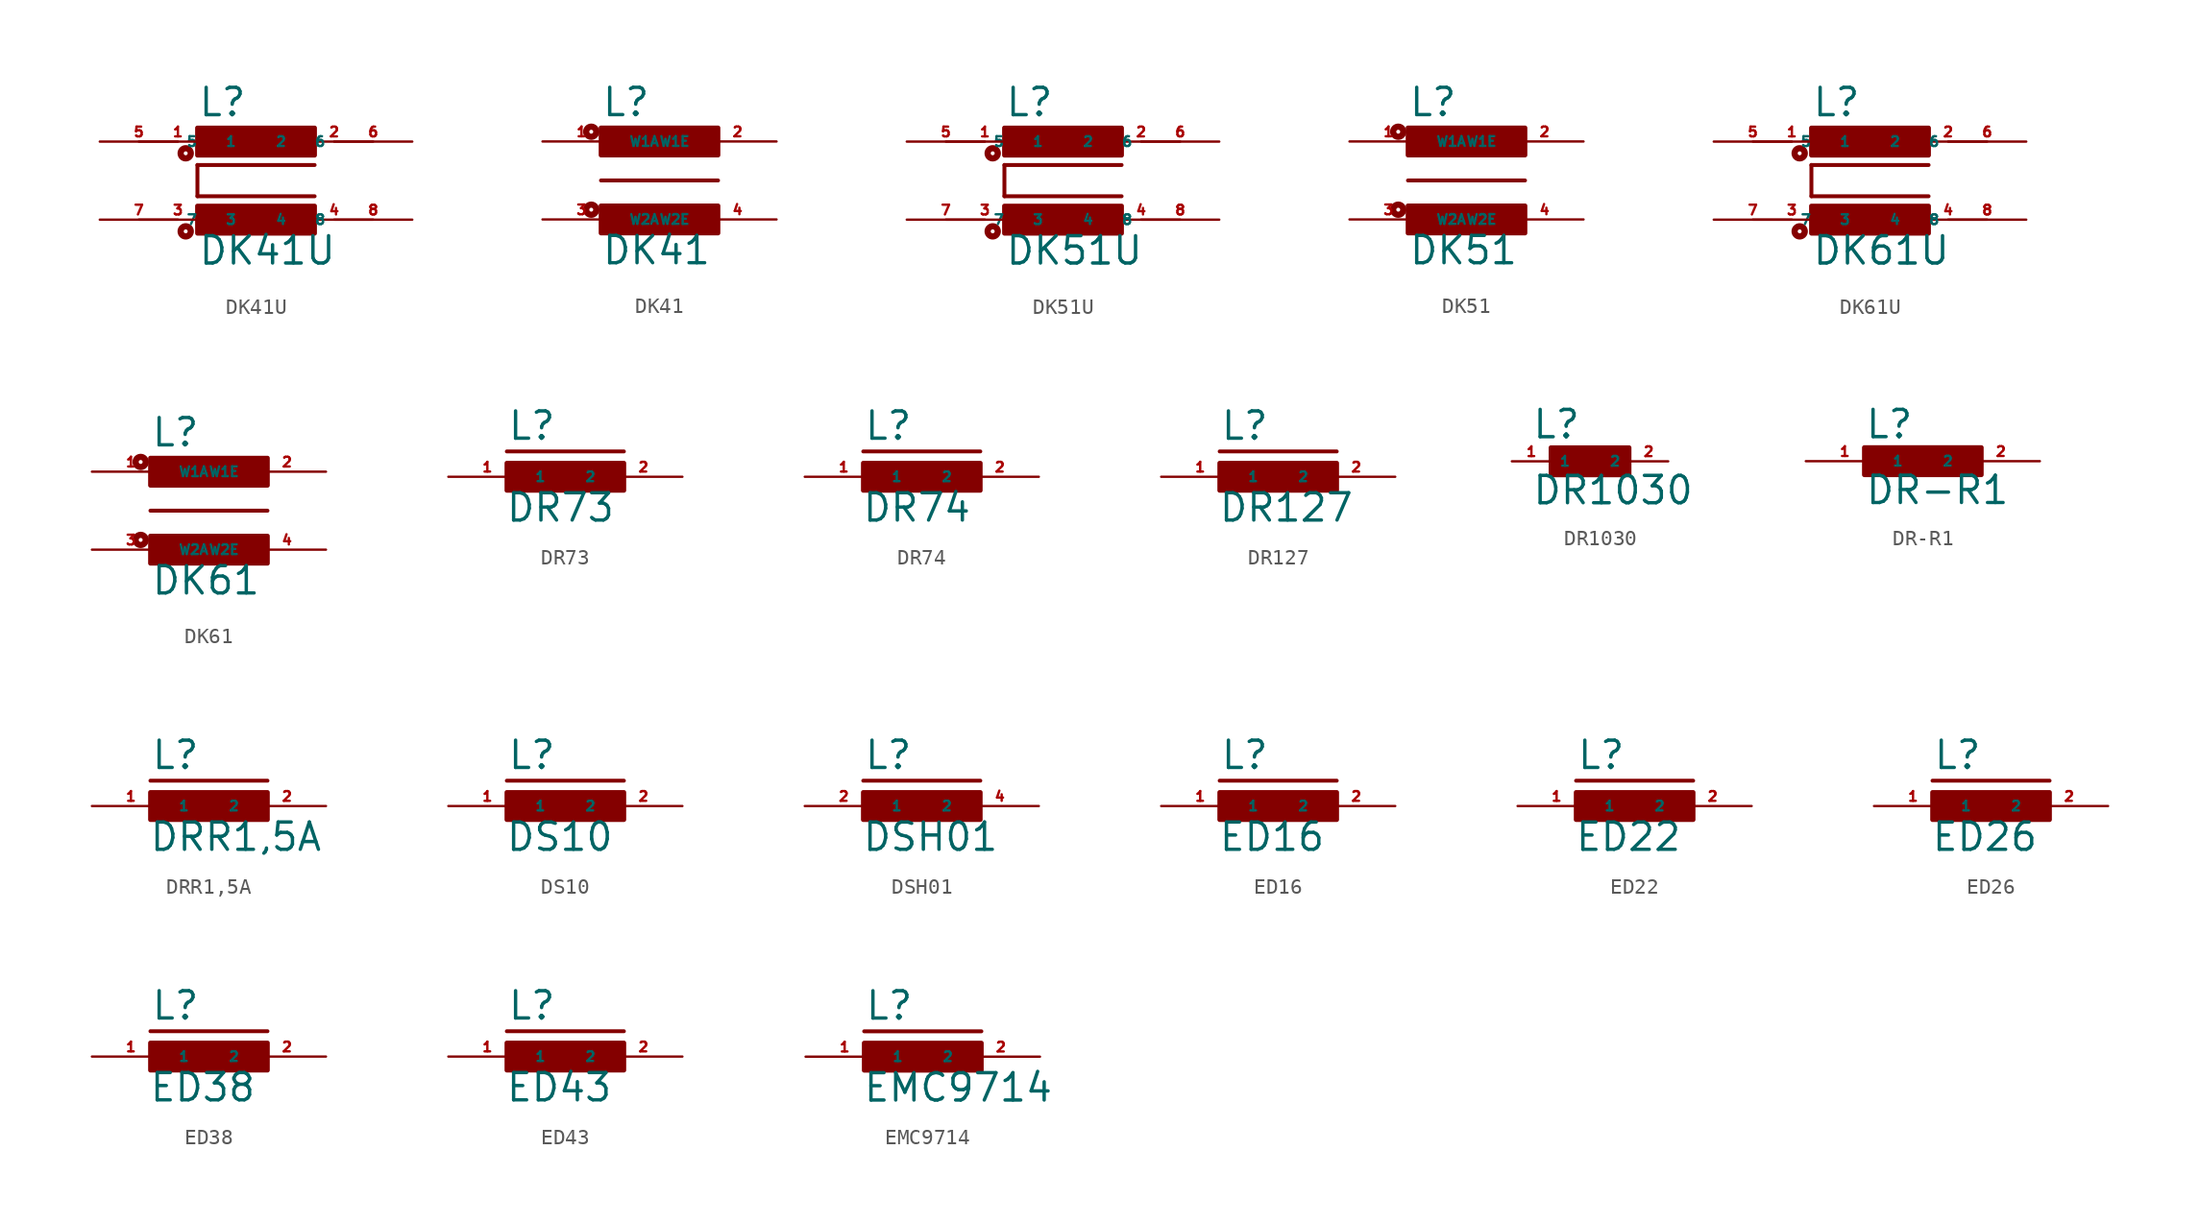
<source format=kicad_sym>
(kicad_symbol_lib
  (version 20220914)
  (generator kicad_symbol_editor)
  (symbol "DK41U"
    (property "Reference" "L"
      (at -3.81 4.064 0)
      (effects (font (size 1.778 1.778) (thickness 0.22)) (justify left bottom)))
    (property "Value" "DK41U"
      (at -3.81 -5.588 0)
      (effects (font (size 1.778 1.778) (thickness 0.22)) (justify left bottom)))
    (symbol "DK41U_1_1"
      (circle (center -4.572 -3.302) (radius 0.127) (stroke (width 0.406) (type default)) (fill (type none)))
      (circle (center -4.572 1.778) (radius 0.127) (stroke (width 0.406) (type default)) (fill (type none)))
      (rectangle (start -3.81 -3.429) (end 3.81 -1.651) (stroke (width 0.3) (type default)) (fill (type outline)))
      (rectangle (start -3.81 1.651) (end 3.81 3.429) (stroke (width 0.3) (type default)) (fill (type outline)))
      (polyline (pts (xy -3.81 -1.016) (xy -3.81 1.016)) (stroke (width 0.254) (type default)) (fill (type none)))
      (polyline (pts (xy -3.81 -1.016) (xy 3.81 -1.016)) (stroke (width 0.254) (type default)) (fill (type none)))
      (polyline (pts (xy 3.81 1.016) (xy -3.81 1.016)) (stroke (width 0.254) (type default)) (fill (type none)))
      (pin passive line (at -7.62 2.54 0) (length 5.08) (name "1" (effects (font (size 0.635 0.635)))) (number "1" (effects (font (size 0.635 0.635)))))
      (pin passive line (at 7.62 2.54 180) (length 5.08) (name "2" (effects (font (size 0.635 0.635)))) (number "2" (effects (font (size 0.635 0.635)))))
      (pin passive line (at -7.62 -2.54 0) (length 5.08) (name "3" (effects (font (size 0.635 0.635)))) (number "3" (effects (font (size 0.635 0.635)))))
      (pin passive line (at 7.62 -2.54 180) (length 5.08) (name "4" (effects (font (size 0.635 0.635)))) (number "4" (effects (font (size 0.635 0.635)))))
      (pin passive line (at -10.16 2.54 0) (length 5.08) (name "5" (effects (font (size 0.635 0.635)))) (number "5" (effects (font (size 0.635 0.635)))))
      (pin passive line (at 10.16 2.54 180) (length 5.08) (name "6" (effects (font (size 0.635 0.635)))) (number "6" (effects (font (size 0.635 0.635)))))
      (pin passive line (at -10.16 -2.54 0) (length 5.08) (name "7" (effects (font (size 0.635 0.635)))) (number "7" (effects (font (size 0.635 0.635)))))
      (pin passive line (at 10.16 -2.54 180) (length 5.08) (name "8" (effects (font (size 0.635 0.635)))) (number "8" (effects (font (size 0.635 0.635)))))))
  (symbol "DK41"
    (property "Reference" "L"
      (at -3.81 4.064 0)
      (effects (font (size 1.778 1.778) (thickness 0.22)) (justify left bottom)))
    (property "Value" "DK41"
      (at -3.81 -5.588 0)
      (effects (font (size 1.778 1.778) (thickness 0.22)) (justify left bottom)))
    (symbol "DK41_1_1"
      (circle (center -4.445 -1.905) (radius 0.127) (stroke (width 0.406) (type default)) (fill (type none)))
      (circle (center -4.445 3.175) (radius 0.127) (stroke (width 0.406) (type default)) (fill (type none)))
      (rectangle (start -3.81 -3.429) (end 3.81 -1.651) (stroke (width 0.3) (type default)) (fill (type outline)))
      (rectangle (start -3.81 1.651) (end 3.81 3.429) (stroke (width 0.3) (type default)) (fill (type outline)))
      (polyline (pts (xy -3.81 0) (xy 3.81 0)) (stroke (width 0.254) (type default)) (fill (type none)))
      (pin passive line (at -7.62 2.54 0) (length 5.08) (name "W1A" (effects (font (size 0.635 0.635)))) (number "1" (effects (font (size 0.635 0.635)))))
      (pin passive line (at 7.62 2.54 180) (length 5.08) (name "W1E" (effects (font (size 0.635 0.635)))) (number "2" (effects (font (size 0.635 0.635)))))
      (pin passive line (at -7.62 -2.54 0) (length 5.08) (name "W2A" (effects (font (size 0.635 0.635)))) (number "3" (effects (font (size 0.635 0.635)))))
      (pin passive line (at 7.62 -2.54 180) (length 5.08) (name "W2E" (effects (font (size 0.635 0.635)))) (number "4" (effects (font (size 0.635 0.635)))))))
  (symbol "DK51U"
    (property "Reference" "L"
      (at -3.81 4.064 0)
      (effects (font (size 1.778 1.778) (thickness 0.22)) (justify left bottom)))
    (property "Value" "DK51U"
      (at -3.81 -5.588 0)
      (effects (font (size 1.778 1.778) (thickness 0.22)) (justify left bottom)))
    (symbol "DK51U_1_1"
      (circle (center -4.572 -3.302) (radius 0.127) (stroke (width 0.406) (type default)) (fill (type none)))
      (circle (center -4.572 1.778) (radius 0.127) (stroke (width 0.406) (type default)) (fill (type none)))
      (rectangle (start -3.81 -3.429) (end 3.81 -1.651) (stroke (width 0.3) (type default)) (fill (type outline)))
      (rectangle (start -3.81 1.651) (end 3.81 3.429) (stroke (width 0.3) (type default)) (fill (type outline)))
      (polyline (pts (xy -3.81 -1.016) (xy -3.81 1.016)) (stroke (width 0.254) (type default)) (fill (type none)))
      (polyline (pts (xy -3.81 -1.016) (xy 3.81 -1.016)) (stroke (width 0.254) (type default)) (fill (type none)))
      (polyline (pts (xy 3.81 1.016) (xy -3.81 1.016)) (stroke (width 0.254) (type default)) (fill (type none)))
      (pin passive line (at -7.62 2.54 0) (length 5.08) (name "1" (effects (font (size 0.635 0.635)))) (number "1" (effects (font (size 0.635 0.635)))))
      (pin passive line (at 7.62 2.54 180) (length 5.08) (name "2" (effects (font (size 0.635 0.635)))) (number "2" (effects (font (size 0.635 0.635)))))
      (pin passive line (at -7.62 -2.54 0) (length 5.08) (name "3" (effects (font (size 0.635 0.635)))) (number "3" (effects (font (size 0.635 0.635)))))
      (pin passive line (at 7.62 -2.54 180) (length 5.08) (name "4" (effects (font (size 0.635 0.635)))) (number "4" (effects (font (size 0.635 0.635)))))
      (pin passive line (at -10.16 2.54 0) (length 5.08) (name "5" (effects (font (size 0.635 0.635)))) (number "5" (effects (font (size 0.635 0.635)))))
      (pin passive line (at 10.16 2.54 180) (length 5.08) (name "6" (effects (font (size 0.635 0.635)))) (number "6" (effects (font (size 0.635 0.635)))))
      (pin passive line (at -10.16 -2.54 0) (length 5.08) (name "7" (effects (font (size 0.635 0.635)))) (number "7" (effects (font (size 0.635 0.635)))))
      (pin passive line (at 10.16 -2.54 180) (length 5.08) (name "8" (effects (font (size 0.635 0.635)))) (number "8" (effects (font (size 0.635 0.635)))))))
  (symbol "DK51"
    (property "Reference" "L"
      (at -3.81 4.064 0)
      (effects (font (size 1.778 1.778) (thickness 0.22)) (justify left bottom)))
    (property "Value" "DK51"
      (at -3.81 -5.588 0)
      (effects (font (size 1.778 1.778) (thickness 0.22)) (justify left bottom)))
    (symbol "DK51_1_1"
      (circle (center -4.445 -1.905) (radius 0.127) (stroke (width 0.406) (type default)) (fill (type none)))
      (circle (center -4.445 3.175) (radius 0.127) (stroke (width 0.406) (type default)) (fill (type none)))
      (rectangle (start -3.81 -3.429) (end 3.81 -1.651) (stroke (width 0.3) (type default)) (fill (type outline)))
      (rectangle (start -3.81 1.651) (end 3.81 3.429) (stroke (width 0.3) (type default)) (fill (type outline)))
      (polyline (pts (xy -3.81 0) (xy 3.81 0)) (stroke (width 0.254) (type default)) (fill (type none)))
      (pin passive line (at -7.62 2.54 0) (length 5.08) (name "W1A" (effects (font (size 0.635 0.635)))) (number "1" (effects (font (size 0.635 0.635)))))
      (pin passive line (at 7.62 2.54 180) (length 5.08) (name "W1E" (effects (font (size 0.635 0.635)))) (number "2" (effects (font (size 0.635 0.635)))))
      (pin passive line (at -7.62 -2.54 0) (length 5.08) (name "W2A" (effects (font (size 0.635 0.635)))) (number "3" (effects (font (size 0.635 0.635)))))
      (pin passive line (at 7.62 -2.54 180) (length 5.08) (name "W2E" (effects (font (size 0.635 0.635)))) (number "4" (effects (font (size 0.635 0.635)))))))
  (symbol "DK61U"
    (property "Reference" "L"
      (at -3.81 4.064 0)
      (effects (font (size 1.778 1.778) (thickness 0.22)) (justify left bottom)))
    (property "Value" "DK61U"
      (at -3.81 -5.588 0)
      (effects (font (size 1.778 1.778) (thickness 0.22)) (justify left bottom)))
    (symbol "DK61U_1_1"
      (circle (center -4.572 -3.302) (radius 0.127) (stroke (width 0.406) (type default)) (fill (type none)))
      (circle (center -4.572 1.778) (radius 0.127) (stroke (width 0.406) (type default)) (fill (type none)))
      (rectangle (start -3.81 -3.429) (end 3.81 -1.651) (stroke (width 0.3) (type default)) (fill (type outline)))
      (rectangle (start -3.81 1.651) (end 3.81 3.429) (stroke (width 0.3) (type default)) (fill (type outline)))
      (polyline (pts (xy -3.81 -1.016) (xy -3.81 1.016)) (stroke (width 0.254) (type default)) (fill (type none)))
      (polyline (pts (xy -3.81 -1.016) (xy 3.81 -1.016)) (stroke (width 0.254) (type default)) (fill (type none)))
      (polyline (pts (xy 3.81 1.016) (xy -3.81 1.016)) (stroke (width 0.254) (type default)) (fill (type none)))
      (pin passive line (at -7.62 2.54 0) (length 5.08) (name "1" (effects (font (size 0.635 0.635)))) (number "1" (effects (font (size 0.635 0.635)))))
      (pin passive line (at 7.62 2.54 180) (length 5.08) (name "2" (effects (font (size 0.635 0.635)))) (number "2" (effects (font (size 0.635 0.635)))))
      (pin passive line (at -7.62 -2.54 0) (length 5.08) (name "3" (effects (font (size 0.635 0.635)))) (number "3" (effects (font (size 0.635 0.635)))))
      (pin passive line (at 7.62 -2.54 180) (length 5.08) (name "4" (effects (font (size 0.635 0.635)))) (number "4" (effects (font (size 0.635 0.635)))))
      (pin passive line (at -10.16 2.54 0) (length 5.08) (name "5" (effects (font (size 0.635 0.635)))) (number "5" (effects (font (size 0.635 0.635)))))
      (pin passive line (at 10.16 2.54 180) (length 5.08) (name "6" (effects (font (size 0.635 0.635)))) (number "6" (effects (font (size 0.635 0.635)))))
      (pin passive line (at -10.16 -2.54 0) (length 5.08) (name "7" (effects (font (size 0.635 0.635)))) (number "7" (effects (font (size 0.635 0.635)))))
      (pin passive line (at 10.16 -2.54 180) (length 5.08) (name "8" (effects (font (size 0.635 0.635)))) (number "8" (effects (font (size 0.635 0.635)))))))
  (symbol "DK61"
    (property "Reference" "L"
      (at -3.81 4.064 0)
      (effects (font (size 1.778 1.778) (thickness 0.22)) (justify left bottom)))
    (property "Value" "DK61"
      (at -3.81 -5.588 0)
      (effects (font (size 1.778 1.778) (thickness 0.22)) (justify left bottom)))
    (symbol "DK61_1_1"
      (circle (center -4.445 -1.905) (radius 0.127) (stroke (width 0.406) (type default)) (fill (type none)))
      (circle (center -4.445 3.175) (radius 0.127) (stroke (width 0.406) (type default)) (fill (type none)))
      (rectangle (start -3.81 -3.429) (end 3.81 -1.651) (stroke (width 0.3) (type default)) (fill (type outline)))
      (rectangle (start -3.81 1.651) (end 3.81 3.429) (stroke (width 0.3) (type default)) (fill (type outline)))
      (polyline (pts (xy -3.81 0) (xy 3.81 0)) (stroke (width 0.254) (type default)) (fill (type none)))
      (pin passive line (at -7.62 2.54 0) (length 5.08) (name "W1A" (effects (font (size 0.635 0.635)))) (number "1" (effects (font (size 0.635 0.635)))))
      (pin passive line (at 7.62 2.54 180) (length 5.08) (name "W1E" (effects (font (size 0.635 0.635)))) (number "2" (effects (font (size 0.635 0.635)))))
      (pin passive line (at -7.62 -2.54 0) (length 5.08) (name "W2A" (effects (font (size 0.635 0.635)))) (number "3" (effects (font (size 0.635 0.635)))))
      (pin passive line (at 7.62 -2.54 180) (length 5.08) (name "W2E" (effects (font (size 0.635 0.635)))) (number "4" (effects (font (size 0.635 0.635)))))))
  (symbol "DR73"
    (property "Reference" "L"
      (at -3.81 2.286 0)
      (effects (font (size 1.778 1.778) (thickness 0.22)) (justify left bottom)))
    (property "Value" "DR73"
      (at -3.937 -3.048 0)
      (effects (font (size 1.778 1.778) (thickness 0.22)) (justify left bottom)))
    (symbol "DR73_1_1"
      (rectangle (start -3.81 -0.889) (end 3.81 0.889) (stroke (width 0.3) (type default)) (fill (type outline)))
      (polyline (pts (xy -3.81 1.651) (xy 3.81 1.651)) (stroke (width 0.254) (type default)) (fill (type none)))
      (pin passive line (at -7.62 0 0) (length 5.08) (name "1" (effects (font (size 0.635 0.635)))) (number "1" (effects (font (size 0.635 0.635)))))
      (pin passive line (at 7.62 0 180) (length 5.08) (name "2" (effects (font (size 0.635 0.635)))) (number "2" (effects (font (size 0.635 0.635)))))))
  (symbol "DR74"
    (property "Reference" "L"
      (at -3.81 2.286 0)
      (effects (font (size 1.778 1.778) (thickness 0.22)) (justify left bottom)))
    (property "Value" "DR74"
      (at -3.937 -3.048 0)
      (effects (font (size 1.778 1.778) (thickness 0.22)) (justify left bottom)))
    (symbol "DR74_1_1"
      (rectangle (start -3.81 -0.889) (end 3.81 0.889) (stroke (width 0.3) (type default)) (fill (type outline)))
      (polyline (pts (xy -3.81 1.651) (xy 3.81 1.651)) (stroke (width 0.254) (type default)) (fill (type none)))
      (pin passive line (at -7.62 0 0) (length 5.08) (name "1" (effects (font (size 0.635 0.635)))) (number "1" (effects (font (size 0.635 0.635)))))
      (pin passive line (at 7.62 0 180) (length 5.08) (name "2" (effects (font (size 0.635 0.635)))) (number "2" (effects (font (size 0.635 0.635)))))))
  (symbol "DR127"
    (property "Reference" "L"
      (at -3.81 2.286 0)
      (effects (font (size 1.778 1.778) (thickness 0.22)) (justify left bottom)))
    (property "Value" "DR127"
      (at -3.937 -3.048 0)
      (effects (font (size 1.778 1.778) (thickness 0.22)) (justify left bottom)))
    (symbol "DR127_1_1"
      (rectangle (start -3.81 -0.889) (end 3.81 0.889) (stroke (width 0.3) (type default)) (fill (type outline)))
      (polyline (pts (xy -3.81 1.651) (xy 3.81 1.651)) (stroke (width 0.254) (type default)) (fill (type none)))
      (pin passive line (at -7.62 0 0) (length 5.08) (name "1" (effects (font (size 0.635 0.635)))) (number "1" (effects (font (size 0.635 0.635)))))
      (pin passive line (at 7.62 0 180) (length 5.08) (name "2" (effects (font (size 0.635 0.635)))) (number "2" (effects (font (size 0.635 0.635)))))))
  (symbol "DR1030"
    (property "Reference" "L"
      (at -3.81 1.372 0)
      (effects (font (size 1.778 1.778) (thickness 0.22)) (justify left bottom)))
    (property "Value" "DR1030"
      (at -3.81 -2.921 0)
      (effects (font (size 1.778 1.778) (thickness 0.22)) (justify left bottom)))
    (symbol "DR1030_1_1"
      (rectangle (start -2.54 -0.889) (end 2.54 0.889) (stroke (width 0.3) (type default)) (fill (type outline)))
      (pin passive line (at -5.08 0 0) (length 2.54) (name "1" (effects (font (size 0.635 0.635)))) (number "1" (effects (font (size 0.635 0.635)))))
      (pin passive line (at 5.08 0 180) (length 2.54) (name "2" (effects (font (size 0.635 0.635)))) (number "2" (effects (font (size 0.635 0.635)))))))
  (symbol "DR-R1"
    (property "Reference" "L"
      (at -3.81 1.372 0)
      (effects (font (size 1.778 1.778) (thickness 0.22)) (justify left bottom)))
    (property "Value" "DR-R1"
      (at -3.81 -2.921 0)
      (effects (font (size 1.778 1.778) (thickness 0.22)) (justify left bottom)))
    (symbol "DR-R1_1_1"
      (rectangle (start -3.81 -0.889) (end 3.81 0.889) (stroke (width 0.3) (type default)) (fill (type outline)))
      (pin passive line (at -7.62 0 0) (length 5.08) (name "1" (effects (font (size 0.635 0.635)))) (number "1" (effects (font (size 0.635 0.635)))))
      (pin passive line (at 7.62 0 180) (length 5.08) (name "2" (effects (font (size 0.635 0.635)))) (number "2" (effects (font (size 0.635 0.635)))))))
  (symbol "DRR1,5A"
    (property "Reference" "L"
      (at -3.81 2.286 0)
      (effects (font (size 1.778 1.778) (thickness 0.22)) (justify left bottom)))
    (property "Value" "DRR1,5A"
      (at -3.937 -3.048 0)
      (effects (font (size 1.778 1.778) (thickness 0.22)) (justify left bottom)))
    (symbol "DRR1,5A_1_1"
      (rectangle (start -3.81 -0.889) (end 3.81 0.889) (stroke (width 0.3) (type default)) (fill (type outline)))
      (polyline (pts (xy -3.81 1.651) (xy 3.81 1.651)) (stroke (width 0.254) (type default)) (fill (type none)))
      (pin passive line (at -7.62 0 0) (length 5.08) (name "1" (effects (font (size 0.635 0.635)))) (number "1" (effects (font (size 0.635 0.635)))))
      (pin passive line (at 7.62 0 180) (length 5.08) (name "2" (effects (font (size 0.635 0.635)))) (number "2" (effects (font (size 0.635 0.635)))))))
  (symbol "DS10"
    (property "Reference" "L"
      (at -3.81 2.286 0)
      (effects (font (size 1.778 1.778) (thickness 0.22)) (justify left bottom)))
    (property "Value" "DS10"
      (at -3.937 -3.048 0)
      (effects (font (size 1.778 1.778) (thickness 0.22)) (justify left bottom)))
    (symbol "DS10_1_1"
      (rectangle (start -3.81 -0.889) (end 3.81 0.889) (stroke (width 0.3) (type default)) (fill (type outline)))
      (polyline (pts (xy -3.81 1.651) (xy 3.81 1.651)) (stroke (width 0.254) (type default)) (fill (type none)))
      (pin passive line (at -7.62 0 0) (length 5.08) (name "1" (effects (font (size 0.635 0.635)))) (number "1" (effects (font (size 0.635 0.635)))))
      (pin passive line (at 7.62 0 180) (length 5.08) (name "2" (effects (font (size 0.635 0.635)))) (number "2" (effects (font (size 0.635 0.635)))))))
  (symbol "DSH01"
    (property "Reference" "L"
      (at -3.81 2.286 0)
      (effects (font (size 1.778 1.778) (thickness 0.22)) (justify left bottom)))
    (property "Value" "DSH01"
      (at -3.937 -3.048 0)
      (effects (font (size 1.778 1.778) (thickness 0.22)) (justify left bottom)))
    (symbol "DSH01_1_1"
      (rectangle (start -3.81 -0.889) (end 3.81 0.889) (stroke (width 0.3) (type default)) (fill (type outline)))
      (polyline (pts (xy -3.81 1.651) (xy 3.81 1.651)) (stroke (width 0.254) (type default)) (fill (type none)))
      (pin passive line (at -7.62 0 0) (length 5.08) (name "1" (effects (font (size 0.635 0.635)))) (number "2" (effects (font (size 0.635 0.635)))))
      (pin passive line (at 7.62 0 180) (length 5.08) (name "2" (effects (font (size 0.635 0.635)))) (number "4" (effects (font (size 0.635 0.635)))))))
  (symbol "ED16"
    (property "Reference" "L"
      (at -3.81 2.286 0)
      (effects (font (size 1.778 1.778) (thickness 0.22)) (justify left bottom)))
    (property "Value" "ED16"
      (at -3.937 -3.048 0)
      (effects (font (size 1.778 1.778) (thickness 0.22)) (justify left bottom)))
    (symbol "ED16_1_1"
      (rectangle (start -3.81 -0.889) (end 3.81 0.889) (stroke (width 0.3) (type default)) (fill (type outline)))
      (polyline (pts (xy -3.81 1.651) (xy 3.81 1.651)) (stroke (width 0.254) (type default)) (fill (type none)))
      (pin passive line (at -7.62 0 0) (length 5.08) (name "1" (effects (font (size 0.635 0.635)))) (number "1" (effects (font (size 0.635 0.635)))))
      (pin passive line (at 7.62 0 180) (length 5.08) (name "2" (effects (font (size 0.635 0.635)))) (number "2" (effects (font (size 0.635 0.635)))))))
  (symbol "ED22"
    (property "Reference" "L"
      (at -3.81 2.286 0)
      (effects (font (size 1.778 1.778) (thickness 0.22)) (justify left bottom)))
    (property "Value" "ED22"
      (at -3.937 -3.048 0)
      (effects (font (size 1.778 1.778) (thickness 0.22)) (justify left bottom)))
    (symbol "ED22_1_1"
      (rectangle (start -3.81 -0.889) (end 3.81 0.889) (stroke (width 0.3) (type default)) (fill (type outline)))
      (polyline (pts (xy -3.81 1.651) (xy 3.81 1.651)) (stroke (width 0.254) (type default)) (fill (type none)))
      (pin passive line (at -7.62 0 0) (length 5.08) (name "1" (effects (font (size 0.635 0.635)))) (number "1" (effects (font (size 0.635 0.635)))))
      (pin passive line (at 7.62 0 180) (length 5.08) (name "2" (effects (font (size 0.635 0.635)))) (number "2" (effects (font (size 0.635 0.635)))))))
  (symbol "ED26"
    (property "Reference" "L"
      (at -3.81 2.286 0)
      (effects (font (size 1.778 1.778) (thickness 0.22)) (justify left bottom)))
    (property "Value" "ED26"
      (at -3.937 -3.048 0)
      (effects (font (size 1.778 1.778) (thickness 0.22)) (justify left bottom)))
    (symbol "ED26_1_1"
      (rectangle (start -3.81 -0.889) (end 3.81 0.889) (stroke (width 0.3) (type default)) (fill (type outline)))
      (polyline (pts (xy -3.81 1.651) (xy 3.81 1.651)) (stroke (width 0.254) (type default)) (fill (type none)))
      (pin passive line (at -7.62 0 0) (length 5.08) (name "1" (effects (font (size 0.635 0.635)))) (number "1" (effects (font (size 0.635 0.635)))))
      (pin passive line (at 7.62 0 180) (length 5.08) (name "2" (effects (font (size 0.635 0.635)))) (number "2" (effects (font (size 0.635 0.635)))))))
  (symbol "ED38"
    (property "Reference" "L"
      (at -3.81 2.286 0)
      (effects (font (size 1.778 1.778) (thickness 0.22)) (justify left bottom)))
    (property "Value" "ED38"
      (at -3.937 -3.048 0)
      (effects (font (size 1.778 1.778) (thickness 0.22)) (justify left bottom)))
    (symbol "ED38_1_1"
      (rectangle (start -3.81 -0.889) (end 3.81 0.889) (stroke (width 0.3) (type default)) (fill (type outline)))
      (polyline (pts (xy -3.81 1.651) (xy 3.81 1.651)) (stroke (width 0.254) (type default)) (fill (type none)))
      (pin passive line (at -7.62 0 0) (length 5.08) (name "1" (effects (font (size 0.635 0.635)))) (number "1" (effects (font (size 0.635 0.635)))))
      (pin passive line (at 7.62 0 180) (length 5.08) (name "2" (effects (font (size 0.635 0.635)))) (number "2" (effects (font (size 0.635 0.635)))))))
  (symbol "ED43"
    (property "Reference" "L"
      (at -3.81 2.286 0)
      (effects (font (size 1.778 1.778) (thickness 0.22)) (justify left bottom)))
    (property "Value" "ED43"
      (at -3.937 -3.048 0)
      (effects (font (size 1.778 1.778) (thickness 0.22)) (justify left bottom)))
    (symbol "ED43_1_1"
      (rectangle (start -3.81 -0.889) (end 3.81 0.889) (stroke (width 0.3) (type default)) (fill (type outline)))
      (polyline (pts (xy -3.81 1.651) (xy 3.81 1.651)) (stroke (width 0.254) (type default)) (fill (type none)))
      (pin passive line (at -7.62 0 0) (length 5.08) (name "1" (effects (font (size 0.635 0.635)))) (number "1" (effects (font (size 0.635 0.635)))))
      (pin passive line (at 7.62 0 180) (length 5.08) (name "2" (effects (font (size 0.635 0.635)))) (number "2" (effects (font (size 0.635 0.635)))))))
  (symbol "EMC9714"
    (property "Reference" "L"
      (at -3.81 2.286 0)
      (effects (font (size 1.778 1.778) (thickness 0.22)) (justify left bottom)))
    (property "Value" "EMC9714"
      (at -3.937 -3.048 0)
      (effects (font (size 1.778 1.778) (thickness 0.22)) (justify left bottom)))
    (symbol "EMC9714_1_1"
      (rectangle (start -3.81 -0.889) (end 3.81 0.889) (stroke (width 0.3) (type default)) (fill (type outline)))
      (polyline (pts (xy -3.81 1.651) (xy 3.81 1.651)) (stroke (width 0.254) (type default)) (fill (type none)))
      (pin passive line (at -7.62 0 0) (length 5.08) (name "1" (effects (font (size 0.635 0.635)))) (number "1" (effects (font (size 0.635 0.635)))))
      (pin passive line (at 7.62 0 180) (length 5.08) (name "2" (effects (font (size 0.635 0.635)))) (number "2" (effects (font (size 0.635 0.635))))))))
</source>
